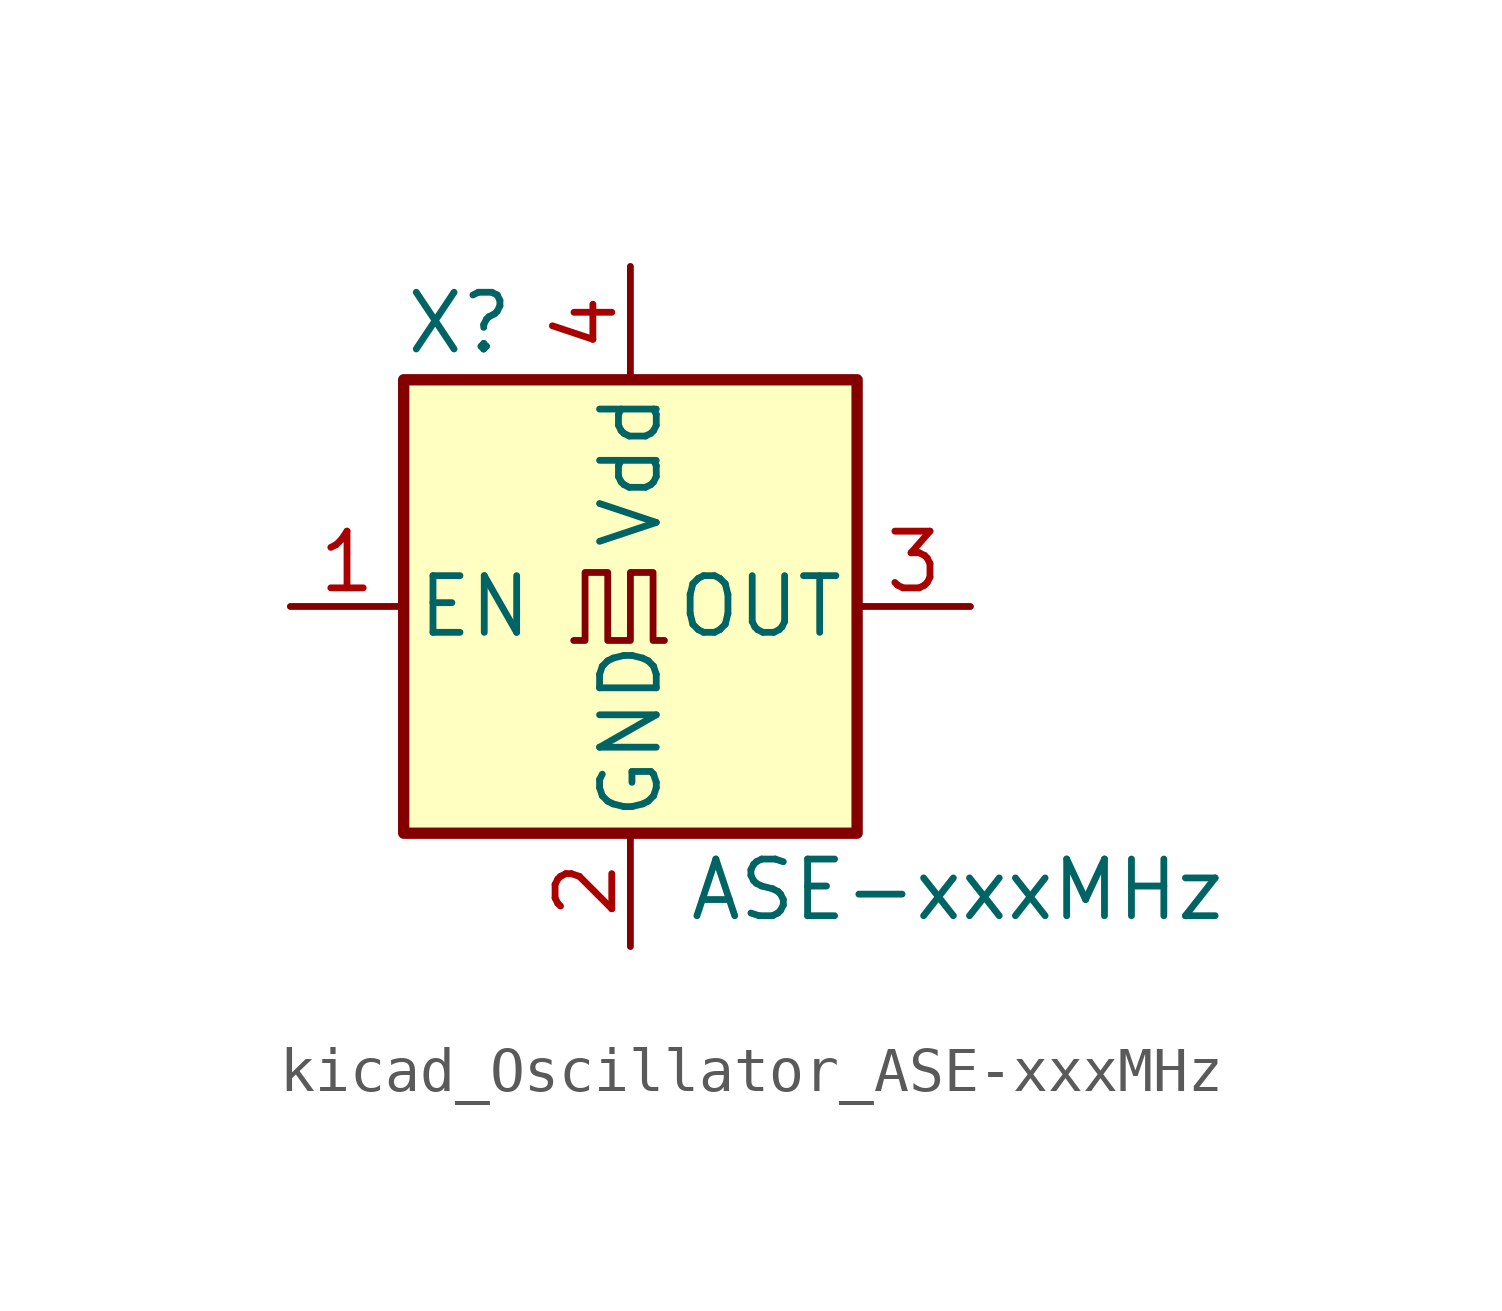
<source format=kicad_sym>
(kicad_symbol_lib
  (version 20220914)
  (generator kicad_symbol_editor)
  (symbol "kicad_Oscillator_ASE-xxxMHz"
    (pin_names
      (offset 0.254))
    (property "Reference" "X"
      (at -5.08 6.35 0)
      (effects (font (size 1.27 1.27)) (justify left)))
    (property "Value" "ASE-xxxMHz"
      (at 1.27 -6.35 0)
      (effects (font (size 1.27 1.27)) (justify left)))
    (symbol "kicad_Oscillator_ASE-xxxMHz_0_1"
      (rectangle (start -5.08 5.08) (end 5.08 -5.08) (stroke (width 0.254) (type default)) (fill (type background)))
      (polyline (pts (xy -1.27 -0.762) (xy -1.016 -0.762) (xy -1.016 0.762) (xy -0.508 0.762) (xy -0.508 -0.762) (xy 0 -0.762) (xy 0 0.762) (xy 0.508 0.762) (xy 0.508 -0.762) (xy 0.762 -0.762)) (stroke (width 0) (type default)) (fill (type none))))
    (symbol "kicad_Oscillator_ASE-xxxMHz_1_1"
      (pin input line (at -7.62 0 0) (length 2.54) (name "EN" (effects (font (size 1.27 1.27)))) (number "1" (effects (font (size 1.27 1.27)))))
      (pin power_in line (at 0 -7.62 90) (length 2.54) (name "GND" (effects (font (size 1.27 1.27)))) (number "2" (effects (font (size 1.27 1.27)))))
      (pin output line (at 7.62 0 180) (length 2.54) (name "OUT" (effects (font (size 1.27 1.27)))) (number "3" (effects (font (size 1.27 1.27)))))
      (pin power_in line (at 0 7.62 270) (length 2.54) (name "Vdd" (effects (font (size 1.27 1.27)))) (number "4" (effects (font (size 1.27 1.27))))))))
</source>
